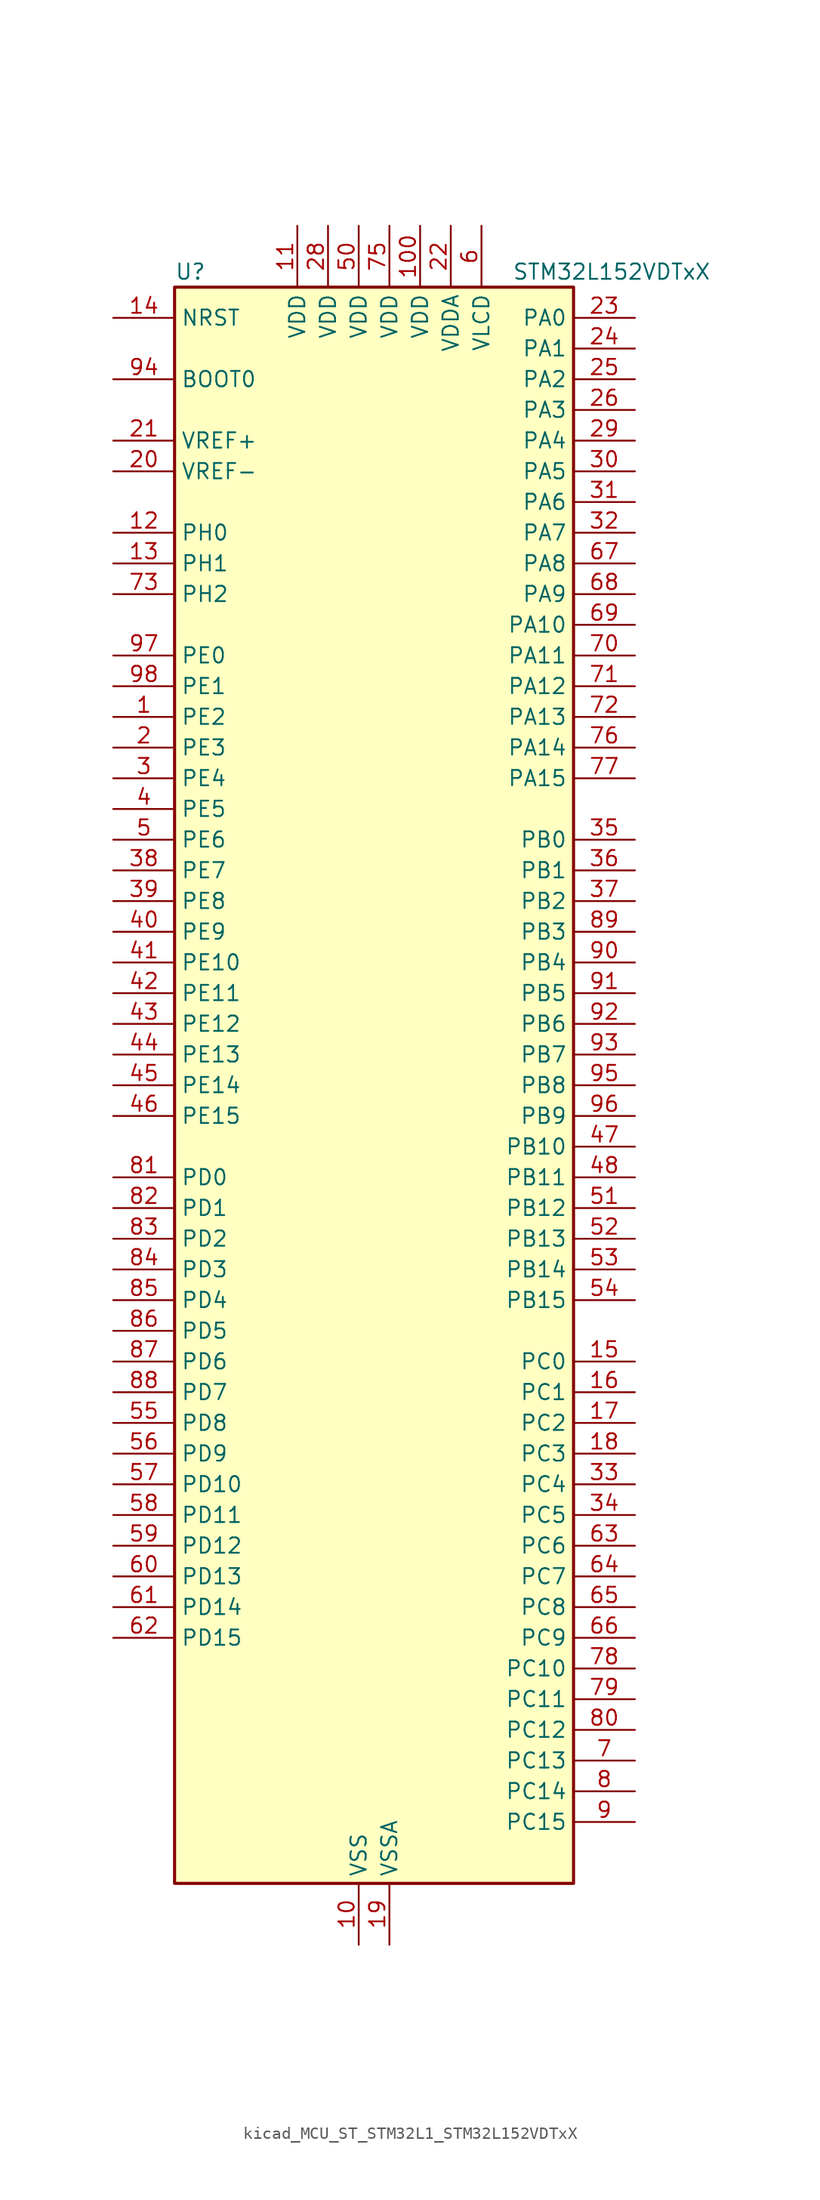
<source format=kicad_sym>
(kicad_symbol_lib
  (version 20220914)
  (generator kicad_symbol_editor)
  (symbol "kicad_MCU_ST_STM32L1_STM32L152VDTxX"
    (property "Reference" "U"
      (at -15.24 67.31 0)
      (effects (font (size 1.27 1.27)) (justify left)))
    (property "Value" "STM32L152VDTxX"
      (at 12.7 67.31 0)
      (effects (font (size 1.27 1.27)) (justify left)))
    (property "ki_locked" ""
      (at 0 0 0)
      (effects (font (size 1.27 1.27))))
    (symbol "kicad_MCU_ST_STM32L1_STM32L152VDTxX_0_1"
      (rectangle (start -15.24 -66.04) (end 17.78 66.04) (stroke (width 0.254) (type default)) (fill (type background))))
    (symbol "kicad_MCU_ST_STM32L1_STM32L152VDTxX_1_1"
      (pin bidirectional line (at -20.32 30.48 0) (length 5.08) (name "PE2" (effects (font (size 1.27 1.27)))) (number "1" (effects (font (size 1.27 1.27)))) (alternate "LCD_SEG38" bidirectional line) (alternate "SYS_TRACECK" bidirectional line) (alternate "TIM3_ETR" bidirectional line) (alternate "TIMX_IC3" bidirectional line))
      (pin power_in line (at 0 -71.12 90) (length 5.08) (name "VSS" (effects (font (size 1.27 1.27)))) (number "10" (effects (font (size 1.27 1.27)))))
      (pin power_in line (at 5.08 71.12 270) (length 5.08) (name "VDD" (effects (font (size 1.27 1.27)))) (number "100" (effects (font (size 1.27 1.27)))))
      (pin power_in line (at -5.08 71.12 270) (length 5.08) (name "VDD" (effects (font (size 1.27 1.27)))) (number "11" (effects (font (size 1.27 1.27)))))
      (pin bidirectional line (at -20.32 45.72 0) (length 5.08) (name "PH0" (effects (font (size 1.27 1.27)))) (number "12" (effects (font (size 1.27 1.27)))) (alternate "RCC_OSC_IN" bidirectional line))
      (pin bidirectional line (at -20.32 43.18 0) (length 5.08) (name "PH1" (effects (font (size 1.27 1.27)))) (number "13" (effects (font (size 1.27 1.27)))) (alternate "RCC_OSC_OUT" bidirectional line))
      (pin input line (at -20.32 63.5 0) (length 5.08) (name "NRST" (effects (font (size 1.27 1.27)))) (number "14" (effects (font (size 1.27 1.27)))))
      (pin bidirectional line (at 22.86 -22.86 180) (length 5.08) (name "PC0" (effects (font (size 1.27 1.27)))) (number "15" (effects (font (size 1.27 1.27)))) (alternate "ADC_IN10" bidirectional line) (alternate "COMP1_INP" bidirectional line) (alternate "LCD_SEG18" bidirectional line) (alternate "TIMX_IC1" bidirectional line) (alternate "TS_G8_IO1" bidirectional line))
      (pin bidirectional line (at 22.86 -25.4 180) (length 5.08) (name "PC1" (effects (font (size 1.27 1.27)))) (number "16" (effects (font (size 1.27 1.27)))) (alternate "ADC_IN11" bidirectional line) (alternate "COMP1_INP" bidirectional line) (alternate "LCD_SEG19" bidirectional line) (alternate "TIMX_IC2" bidirectional line) (alternate "TS_G8_IO2" bidirectional line))
      (pin bidirectional line (at 22.86 -27.94 180) (length 5.08) (name "PC2" (effects (font (size 1.27 1.27)))) (number "17" (effects (font (size 1.27 1.27)))) (alternate "ADC_IN12" bidirectional line) (alternate "COMP1_INP" bidirectional line) (alternate "LCD_SEG20" bidirectional line) (alternate "TIMX_IC3" bidirectional line) (alternate "TS_G8_IO3" bidirectional line))
      (pin bidirectional line (at 22.86 -30.48 180) (length 5.08) (name "PC3" (effects (font (size 1.27 1.27)))) (number "18" (effects (font (size 1.27 1.27)))) (alternate "ADC_IN13" bidirectional line) (alternate "COMP1_INP" bidirectional line) (alternate "LCD_SEG21" bidirectional line) (alternate "TIMX_IC4" bidirectional line) (alternate "TS_G8_IO4" bidirectional line))
      (pin power_in line (at 2.54 -71.12 90) (length 5.08) (name "VSSA" (effects (font (size 1.27 1.27)))) (number "19" (effects (font (size 1.27 1.27)))))
      (pin bidirectional line (at -20.32 27.94 0) (length 5.08) (name "PE3" (effects (font (size 1.27 1.27)))) (number "2" (effects (font (size 1.27 1.27)))) (alternate "LCD_SEG39" bidirectional line) (alternate "SYS_TRACED0" bidirectional line) (alternate "TIM3_CH1" bidirectional line) (alternate "TIMX_IC4" bidirectional line))
      (pin input line (at -20.32 50.8 0) (length 5.08) (name "VREF-" (effects (font (size 1.27 1.27)))) (number "20" (effects (font (size 1.27 1.27)))))
      (pin input line (at -20.32 53.34 0) (length 5.08) (name "VREF+" (effects (font (size 1.27 1.27)))) (number "21" (effects (font (size 1.27 1.27)))))
      (pin power_in line (at 7.62 71.12 270) (length 5.08) (name "VDDA" (effects (font (size 1.27 1.27)))) (number "22" (effects (font (size 1.27 1.27)))))
      (pin bidirectional line (at 22.86 63.5 180) (length 5.08) (name "PA0" (effects (font (size 1.27 1.27)))) (number "23" (effects (font (size 1.27 1.27)))) (alternate "ADC_IN0" bidirectional line) (alternate "COMP1_INP" bidirectional line) (alternate "RTC_TAMP2" bidirectional line) (alternate "SYS_WKUP1" bidirectional line) (alternate "TIM2_CH1" bidirectional line) (alternate "TIM2_ETR" bidirectional line) (alternate "TIM5_CH1" bidirectional line) (alternate "TIMX_IC1" bidirectional line) (alternate "TS_G1_IO1" bidirectional line) (alternate "USART2_CTS" bidirectional line))
      (pin bidirectional line (at 22.86 60.96 180) (length 5.08) (name "PA1" (effects (font (size 1.27 1.27)))) (number "24" (effects (font (size 1.27 1.27)))) (alternate "ADC_IN1" bidirectional line) (alternate "COMP1_INP" bidirectional line) (alternate "LCD_SEG0" bidirectional line) (alternate "OPAMP1_VINP" bidirectional line) (alternate "TIM2_CH2" bidirectional line) (alternate "TIM5_CH2" bidirectional line) (alternate "TIMX_IC2" bidirectional line) (alternate "TS_G1_IO2" bidirectional line) (alternate "USART2_RTS" bidirectional line))
      (pin bidirectional line (at 22.86 58.42 180) (length 5.08) (name "PA2" (effects (font (size 1.27 1.27)))) (number "25" (effects (font (size 1.27 1.27)))) (alternate "ADC_IN2" bidirectional line) (alternate "COMP1_INP" bidirectional line) (alternate "LCD_SEG1" bidirectional line) (alternate "OPAMP1_VINM" bidirectional line) (alternate "TIM2_CH3" bidirectional line) (alternate "TIM5_CH3" bidirectional line) (alternate "TIM9_CH1" bidirectional line) (alternate "TIMX_IC3" bidirectional line) (alternate "TS_G1_IO3" bidirectional line) (alternate "USART2_TX" bidirectional line))
      (pin bidirectional line (at 22.86 55.88 180) (length 5.08) (name "PA3" (effects (font (size 1.27 1.27)))) (number "26" (effects (font (size 1.27 1.27)))) (alternate "ADC_IN3" bidirectional line) (alternate "COMP1_INP" bidirectional line) (alternate "LCD_SEG2" bidirectional line) (alternate "OPAMP1_VOUT" bidirectional line) (alternate "TIM2_CH4" bidirectional line) (alternate "TIM5_CH4" bidirectional line) (alternate "TIM9_CH2" bidirectional line) (alternate "TIMX_IC4" bidirectional line) (alternate "TS_G1_IO4" bidirectional line) (alternate "USART2_RX" bidirectional line))
      (pin passive line (at 0 -71.12 90) (length 5.08) hide (name "VSS" (effects (font (size 1.27 1.27)))) (number "27" (effects (font (size 1.27 1.27)))))
      (pin power_in line (at -2.54 71.12 270) (length 5.08) (name "VDD" (effects (font (size 1.27 1.27)))) (number "28" (effects (font (size 1.27 1.27)))))
      (pin bidirectional line (at 22.86 53.34 180) (length 5.08) (name "PA4" (effects (font (size 1.27 1.27)))) (number "29" (effects (font (size 1.27 1.27)))) (alternate "ADC_IN4" bidirectional line) (alternate "COMP1_INP" bidirectional line) (alternate "DAC_OUT1" bidirectional line) (alternate "I2S3_WS" bidirectional line) (alternate "SPI1_NSS" bidirectional line) (alternate "SPI3_NSS" bidirectional line) (alternate "TIMX_IC1" bidirectional line) (alternate "USART2_CK" bidirectional line))
      (pin bidirectional line (at -20.32 25.4 0) (length 5.08) (name "PE4" (effects (font (size 1.27 1.27)))) (number "3" (effects (font (size 1.27 1.27)))) (alternate "SYS_TRACED1" bidirectional line) (alternate "TIM3_CH2" bidirectional line) (alternate "TIMX_IC1" bidirectional line))
      (pin bidirectional line (at 22.86 50.8 180) (length 5.08) (name "PA5" (effects (font (size 1.27 1.27)))) (number "30" (effects (font (size 1.27 1.27)))) (alternate "ADC_IN5" bidirectional line) (alternate "COMP1_INP" bidirectional line) (alternate "DAC_OUT2" bidirectional line) (alternate "SPI1_SCK" bidirectional line) (alternate "TIM2_CH1" bidirectional line) (alternate "TIM2_ETR" bidirectional line) (alternate "TIMX_IC2" bidirectional line))
      (pin bidirectional line (at 22.86 48.26 180) (length 5.08) (name "PA6" (effects (font (size 1.27 1.27)))) (number "31" (effects (font (size 1.27 1.27)))) (alternate "ADC_IN6" bidirectional line) (alternate "COMP1_INP" bidirectional line) (alternate "LCD_SEG3" bidirectional line) (alternate "OPAMP2_VINP" bidirectional line) (alternate "SPI1_MISO" bidirectional line) (alternate "TIM10_CH1" bidirectional line) (alternate "TIM3_CH1" bidirectional line) (alternate "TIMX_IC3" bidirectional line) (alternate "TS_G2_IO1" bidirectional line))
      (pin bidirectional line (at 22.86 45.72 180) (length 5.08) (name "PA7" (effects (font (size 1.27 1.27)))) (number "32" (effects (font (size 1.27 1.27)))) (alternate "ADC_IN7" bidirectional line) (alternate "COMP1_INP" bidirectional line) (alternate "LCD_SEG4" bidirectional line) (alternate "OPAMP2_VINM" bidirectional line) (alternate "SPI1_MOSI" bidirectional line) (alternate "TIM11_CH1" bidirectional line) (alternate "TIM3_CH2" bidirectional line) (alternate "TIMX_IC4" bidirectional line) (alternate "TS_G2_IO2" bidirectional line))
      (pin bidirectional line (at 22.86 -33.02 180) (length 5.08) (name "PC4" (effects (font (size 1.27 1.27)))) (number "33" (effects (font (size 1.27 1.27)))) (alternate "ADC_IN14" bidirectional line) (alternate "COMP1_INP" bidirectional line) (alternate "LCD_SEG22" bidirectional line) (alternate "TIMX_IC1" bidirectional line) (alternate "TS_G9_IO1" bidirectional line))
      (pin bidirectional line (at 22.86 -35.56 180) (length 5.08) (name "PC5" (effects (font (size 1.27 1.27)))) (number "34" (effects (font (size 1.27 1.27)))) (alternate "ADC_IN15" bidirectional line) (alternate "COMP1_INP" bidirectional line) (alternate "LCD_SEG23" bidirectional line) (alternate "TIMX_IC2" bidirectional line) (alternate "TS_G9_IO2" bidirectional line))
      (pin bidirectional line (at 22.86 20.32 180) (length 5.08) (name "PB0" (effects (font (size 1.27 1.27)))) (number "35" (effects (font (size 1.27 1.27)))) (alternate "ADC_IN8" bidirectional line) (alternate "COMP1_INP" bidirectional line) (alternate "LCD_SEG5" bidirectional line) (alternate "OPAMP2_VOUT" bidirectional line) (alternate "SYS_V_REF_OUT" bidirectional line) (alternate "TIM3_CH3" bidirectional line) (alternate "TS_G3_IO1" bidirectional line))
      (pin bidirectional line (at 22.86 17.78 180) (length 5.08) (name "PB1" (effects (font (size 1.27 1.27)))) (number "36" (effects (font (size 1.27 1.27)))) (alternate "ADC_IN9" bidirectional line) (alternate "COMP1_INP" bidirectional line) (alternate "LCD_SEG6" bidirectional line) (alternate "SYS_V_REF_OUT" bidirectional line) (alternate "TIM3_CH4" bidirectional line) (alternate "TS_G3_IO2" bidirectional line))
      (pin bidirectional line (at 22.86 15.24 180) (length 5.08) (name "PB2" (effects (font (size 1.27 1.27)))) (number "37" (effects (font (size 1.27 1.27)))) (alternate "ADC_IN0b" bidirectional line) (alternate "TS_G3_IO3" bidirectional line))
      (pin bidirectional line (at -20.32 17.78 0) (length 5.08) (name "PE7" (effects (font (size 1.27 1.27)))) (number "38" (effects (font (size 1.27 1.27)))) (alternate "ADC_IN22" bidirectional line) (alternate "COMP1_INP" bidirectional line) (alternate "TIMX_IC4" bidirectional line))
      (pin bidirectional line (at -20.32 15.24 0) (length 5.08) (name "PE8" (effects (font (size 1.27 1.27)))) (number "39" (effects (font (size 1.27 1.27)))) (alternate "ADC_IN23" bidirectional line) (alternate "COMP1_INP" bidirectional line) (alternate "TIMX_IC1" bidirectional line))
      (pin bidirectional line (at -20.32 22.86 0) (length 5.08) (name "PE5" (effects (font (size 1.27 1.27)))) (number "4" (effects (font (size 1.27 1.27)))) (alternate "SYS_TRACED2" bidirectional line) (alternate "TIM9_CH1" bidirectional line) (alternate "TIMX_IC2" bidirectional line))
      (pin bidirectional line (at -20.32 12.7 0) (length 5.08) (name "PE9" (effects (font (size 1.27 1.27)))) (number "40" (effects (font (size 1.27 1.27)))) (alternate "ADC_IN24" bidirectional line) (alternate "COMP1_INP" bidirectional line) (alternate "DAC_EXTI9" bidirectional line) (alternate "TIM2_CH1" bidirectional line) (alternate "TIM2_ETR" bidirectional line) (alternate "TIMX_IC2" bidirectional line))
      (pin bidirectional line (at -20.32 10.16 0) (length 5.08) (name "PE10" (effects (font (size 1.27 1.27)))) (number "41" (effects (font (size 1.27 1.27)))) (alternate "ADC_IN25" bidirectional line) (alternate "COMP1_INP" bidirectional line) (alternate "TIM2_CH2" bidirectional line) (alternate "TIMX_IC3" bidirectional line))
      (pin bidirectional line (at -20.32 7.62 0) (length 5.08) (name "PE11" (effects (font (size 1.27 1.27)))) (number "42" (effects (font (size 1.27 1.27)))) (alternate "ADC_EXTI11" bidirectional line) (alternate "TIM2_CH3" bidirectional line) (alternate "TIMX_IC4" bidirectional line))
      (pin bidirectional line (at -20.32 5.08 0) (length 5.08) (name "PE12" (effects (font (size 1.27 1.27)))) (number "43" (effects (font (size 1.27 1.27)))) (alternate "SPI1_NSS" bidirectional line) (alternate "TIM2_CH4" bidirectional line) (alternate "TIMX_IC1" bidirectional line))
      (pin bidirectional line (at -20.32 2.54 0) (length 5.08) (name "PE13" (effects (font (size 1.27 1.27)))) (number "44" (effects (font (size 1.27 1.27)))) (alternate "SPI1_SCK" bidirectional line) (alternate "TIMX_IC2" bidirectional line))
      (pin bidirectional line (at -20.32 0 0) (length 5.08) (name "PE14" (effects (font (size 1.27 1.27)))) (number "45" (effects (font (size 1.27 1.27)))) (alternate "SPI1_MISO" bidirectional line) (alternate "TIMX_IC3" bidirectional line))
      (pin bidirectional line (at -20.32 -2.54 0) (length 5.08) (name "PE15" (effects (font (size 1.27 1.27)))) (number "46" (effects (font (size 1.27 1.27)))) (alternate "ADC_EXTI15" bidirectional line) (alternate "SPI1_MOSI" bidirectional line) (alternate "TIMX_IC4" bidirectional line))
      (pin bidirectional line (at 22.86 -5.08 180) (length 5.08) (name "PB10" (effects (font (size 1.27 1.27)))) (number "47" (effects (font (size 1.27 1.27)))) (alternate "I2C2_SCL" bidirectional line) (alternate "LCD_SEG10" bidirectional line) (alternate "TIM2_CH3" bidirectional line) (alternate "USART3_TX" bidirectional line))
      (pin bidirectional line (at 22.86 -7.62 180) (length 5.08) (name "PB11" (effects (font (size 1.27 1.27)))) (number "48" (effects (font (size 1.27 1.27)))) (alternate "ADC_EXTI11" bidirectional line) (alternate "I2C2_SDA" bidirectional line) (alternate "LCD_SEG11" bidirectional line) (alternate "TIM2_CH4" bidirectional line) (alternate "USART3_RX" bidirectional line))
      (pin passive line (at 0 -71.12 90) (length 5.08) hide (name "VSS" (effects (font (size 1.27 1.27)))) (number "49" (effects (font (size 1.27 1.27)))))
      (pin bidirectional line (at -20.32 20.32 0) (length 5.08) (name "PE6" (effects (font (size 1.27 1.27)))) (number "5" (effects (font (size 1.27 1.27)))) (alternate "RTC_TAMP3" bidirectional line) (alternate "SYS_TRACED3" bidirectional line) (alternate "SYS_WKUP3" bidirectional line) (alternate "TIM9_CH2" bidirectional line) (alternate "TIMX_IC3" bidirectional line))
      (pin power_in line (at 0 71.12 270) (length 5.08) (name "VDD" (effects (font (size 1.27 1.27)))) (number "50" (effects (font (size 1.27 1.27)))))
      (pin bidirectional line (at 22.86 -10.16 180) (length 5.08) (name "PB12" (effects (font (size 1.27 1.27)))) (number "51" (effects (font (size 1.27 1.27)))) (alternate "ADC_IN18" bidirectional line) (alternate "COMP1_INP" bidirectional line) (alternate "I2C2_SMBA" bidirectional line) (alternate "I2S2_WS" bidirectional line) (alternate "LCD_SEG12" bidirectional line) (alternate "SPI2_NSS" bidirectional line) (alternate "TIM10_CH1" bidirectional line) (alternate "TS_G7_IO1" bidirectional line) (alternate "USART3_CK" bidirectional line))
      (pin bidirectional line (at 22.86 -12.7 180) (length 5.08) (name "PB13" (effects (font (size 1.27 1.27)))) (number "52" (effects (font (size 1.27 1.27)))) (alternate "ADC_IN19" bidirectional line) (alternate "COMP1_INP" bidirectional line) (alternate "I2S2_CK" bidirectional line) (alternate "LCD_SEG13" bidirectional line) (alternate "SPI2_SCK" bidirectional line) (alternate "TIM9_CH1" bidirectional line) (alternate "TS_G7_IO2" bidirectional line) (alternate "USART3_CTS" bidirectional line))
      (pin bidirectional line (at 22.86 -15.24 180) (length 5.08) (name "PB14" (effects (font (size 1.27 1.27)))) (number "53" (effects (font (size 1.27 1.27)))) (alternate "ADC_IN20" bidirectional line) (alternate "COMP1_INP" bidirectional line) (alternate "LCD_SEG14" bidirectional line) (alternate "SPI2_MISO" bidirectional line) (alternate "TIM9_CH2" bidirectional line) (alternate "TS_G7_IO3" bidirectional line) (alternate "USART3_RTS" bidirectional line))
      (pin bidirectional line (at 22.86 -17.78 180) (length 5.08) (name "PB15" (effects (font (size 1.27 1.27)))) (number "54" (effects (font (size 1.27 1.27)))) (alternate "ADC_EXTI15" bidirectional line) (alternate "ADC_IN21" bidirectional line) (alternate "COMP1_INP" bidirectional line) (alternate "I2S2_SD" bidirectional line) (alternate "LCD_SEG15" bidirectional line) (alternate "RTC_REFIN" bidirectional line) (alternate "SPI2_MOSI" bidirectional line) (alternate "TIM11_CH1" bidirectional line) (alternate "TS_G7_IO4" bidirectional line))
      (pin bidirectional line (at -20.32 -27.94 0) (length 5.08) (name "PD8" (effects (font (size 1.27 1.27)))) (number "55" (effects (font (size 1.27 1.27)))) (alternate "LCD_SEG28" bidirectional line) (alternate "TIMX_IC1" bidirectional line) (alternate "USART3_TX" bidirectional line))
      (pin bidirectional line (at -20.32 -30.48 0) (length 5.08) (name "PD9" (effects (font (size 1.27 1.27)))) (number "56" (effects (font (size 1.27 1.27)))) (alternate "DAC_EXTI9" bidirectional line) (alternate "LCD_SEG29" bidirectional line) (alternate "TIMX_IC2" bidirectional line) (alternate "USART3_RX" bidirectional line))
      (pin bidirectional line (at -20.32 -33.02 0) (length 5.08) (name "PD10" (effects (font (size 1.27 1.27)))) (number "57" (effects (font (size 1.27 1.27)))) (alternate "LCD_SEG30" bidirectional line) (alternate "TIMX_IC3" bidirectional line) (alternate "USART3_CK" bidirectional line))
      (pin bidirectional line (at -20.32 -35.56 0) (length 5.08) (name "PD11" (effects (font (size 1.27 1.27)))) (number "58" (effects (font (size 1.27 1.27)))) (alternate "ADC_EXTI11" bidirectional line) (alternate "LCD_SEG31" bidirectional line) (alternate "TIMX_IC4" bidirectional line) (alternate "USART3_CTS" bidirectional line))
      (pin bidirectional line (at -20.32 -38.1 0) (length 5.08) (name "PD12" (effects (font (size 1.27 1.27)))) (number "59" (effects (font (size 1.27 1.27)))) (alternate "LCD_SEG32" bidirectional line) (alternate "TIM4_CH1" bidirectional line) (alternate "TIMX_IC1" bidirectional line) (alternate "USART3_RTS" bidirectional line))
      (pin power_in line (at 10.16 71.12 270) (length 5.08) (name "VLCD" (effects (font (size 1.27 1.27)))) (number "6" (effects (font (size 1.27 1.27)))))
      (pin bidirectional line (at -20.32 -40.64 0) (length 5.08) (name "PD13" (effects (font (size 1.27 1.27)))) (number "60" (effects (font (size 1.27 1.27)))) (alternate "LCD_SEG33" bidirectional line) (alternate "TIM4_CH2" bidirectional line) (alternate "TIMX_IC2" bidirectional line))
      (pin bidirectional line (at -20.32 -43.18 0) (length 5.08) (name "PD14" (effects (font (size 1.27 1.27)))) (number "61" (effects (font (size 1.27 1.27)))) (alternate "LCD_SEG34" bidirectional line) (alternate "TIM4_CH3" bidirectional line) (alternate "TIMX_IC3" bidirectional line))
      (pin bidirectional line (at -20.32 -45.72 0) (length 5.08) (name "PD15" (effects (font (size 1.27 1.27)))) (number "62" (effects (font (size 1.27 1.27)))) (alternate "ADC_EXTI15" bidirectional line) (alternate "LCD_SEG35" bidirectional line) (alternate "TIM4_CH4" bidirectional line) (alternate "TIMX_IC4" bidirectional line))
      (pin bidirectional line (at 22.86 -38.1 180) (length 5.08) (name "PC6" (effects (font (size 1.27 1.27)))) (number "63" (effects (font (size 1.27 1.27)))) (alternate "I2S2_MCK" bidirectional line) (alternate "LCD_SEG24" bidirectional line) (alternate "TIM3_CH1" bidirectional line) (alternate "TIMX_IC3" bidirectional line) (alternate "TS_G10_IO1" bidirectional line))
      (pin bidirectional line (at 22.86 -40.64 180) (length 5.08) (name "PC7" (effects (font (size 1.27 1.27)))) (number "64" (effects (font (size 1.27 1.27)))) (alternate "I2S3_MCK" bidirectional line) (alternate "LCD_SEG25" bidirectional line) (alternate "TIM3_CH2" bidirectional line) (alternate "TIMX_IC4" bidirectional line) (alternate "TS_G10_IO2" bidirectional line))
      (pin bidirectional line (at 22.86 -43.18 180) (length 5.08) (name "PC8" (effects (font (size 1.27 1.27)))) (number "65" (effects (font (size 1.27 1.27)))) (alternate "LCD_SEG26" bidirectional line) (alternate "TIM3_CH3" bidirectional line) (alternate "TIMX_IC1" bidirectional line) (alternate "TS_G10_IO3" bidirectional line))
      (pin bidirectional line (at 22.86 -45.72 180) (length 5.08) (name "PC9" (effects (font (size 1.27 1.27)))) (number "66" (effects (font (size 1.27 1.27)))) (alternate "DAC_EXTI9" bidirectional line) (alternate "LCD_SEG27" bidirectional line) (alternate "TIM3_CH4" bidirectional line) (alternate "TIMX_IC2" bidirectional line) (alternate "TS_G10_IO4" bidirectional line))
      (pin bidirectional line (at 22.86 43.18 180) (length 5.08) (name "PA8" (effects (font (size 1.27 1.27)))) (number "67" (effects (font (size 1.27 1.27)))) (alternate "LCD_COM0" bidirectional line) (alternate "RCC_MCO" bidirectional line) (alternate "TIMX_IC1" bidirectional line) (alternate "TS_G4_IO1" bidirectional line) (alternate "USART1_CK" bidirectional line))
      (pin bidirectional line (at 22.86 40.64 180) (length 5.08) (name "PA9" (effects (font (size 1.27 1.27)))) (number "68" (effects (font (size 1.27 1.27)))) (alternate "DAC_EXTI9" bidirectional line) (alternate "LCD_COM1" bidirectional line) (alternate "TIMX_IC2" bidirectional line) (alternate "TS_G4_IO2" bidirectional line) (alternate "USART1_TX" bidirectional line))
      (pin bidirectional line (at 22.86 38.1 180) (length 5.08) (name "PA10" (effects (font (size 1.27 1.27)))) (number "69" (effects (font (size 1.27 1.27)))) (alternate "LCD_COM2" bidirectional line) (alternate "TIMX_IC3" bidirectional line) (alternate "TS_G4_IO3" bidirectional line) (alternate "USART1_RX" bidirectional line))
      (pin bidirectional line (at 22.86 -55.88 180) (length 5.08) (name "PC13" (effects (font (size 1.27 1.27)))) (number "7" (effects (font (size 1.27 1.27)))) (alternate "RTC_OUT_ALARM" bidirectional line) (alternate "RTC_OUT_CALIB" bidirectional line) (alternate "RTC_TAMP1" bidirectional line) (alternate "RTC_TS" bidirectional line) (alternate "SYS_WKUP2" bidirectional line) (alternate "TIMX_IC2" bidirectional line))
      (pin bidirectional line (at 22.86 35.56 180) (length 5.08) (name "PA11" (effects (font (size 1.27 1.27)))) (number "70" (effects (font (size 1.27 1.27)))) (alternate "ADC_EXTI11" bidirectional line) (alternate "SPI1_MISO" bidirectional line) (alternate "TIMX_IC4" bidirectional line) (alternate "USART1_CTS" bidirectional line) (alternate "USB_DM" bidirectional line))
      (pin bidirectional line (at 22.86 33.02 180) (length 5.08) (name "PA12" (effects (font (size 1.27 1.27)))) (number "71" (effects (font (size 1.27 1.27)))) (alternate "SPI1_MOSI" bidirectional line) (alternate "TIMX_IC1" bidirectional line) (alternate "USART1_RTS" bidirectional line) (alternate "USB_DP" bidirectional line))
      (pin bidirectional line (at 22.86 30.48 180) (length 5.08) (name "PA13" (effects (font (size 1.27 1.27)))) (number "72" (effects (font (size 1.27 1.27)))) (alternate "SYS_JTMS-SWDIO" bidirectional line) (alternate "TIMX_IC2" bidirectional line) (alternate "TS_G5_IO1" bidirectional line))
      (pin bidirectional line (at -20.32 40.64 0) (length 5.08) (name "PH2" (effects (font (size 1.27 1.27)))) (number "73" (effects (font (size 1.27 1.27)))))
      (pin passive line (at 0 -71.12 90) (length 5.08) hide (name "VSS" (effects (font (size 1.27 1.27)))) (number "74" (effects (font (size 1.27 1.27)))))
      (pin power_in line (at 2.54 71.12 270) (length 5.08) (name "VDD" (effects (font (size 1.27 1.27)))) (number "75" (effects (font (size 1.27 1.27)))))
      (pin bidirectional line (at 22.86 27.94 180) (length 5.08) (name "PA14" (effects (font (size 1.27 1.27)))) (number "76" (effects (font (size 1.27 1.27)))) (alternate "SYS_JTCK-SWCLK" bidirectional line) (alternate "TIMX_IC3" bidirectional line) (alternate "TS_G5_IO2" bidirectional line))
      (pin bidirectional line (at 22.86 25.4 180) (length 5.08) (name "PA15" (effects (font (size 1.27 1.27)))) (number "77" (effects (font (size 1.27 1.27)))) (alternate "ADC_EXTI15" bidirectional line) (alternate "I2S3_WS" bidirectional line) (alternate "LCD_SEG17" bidirectional line) (alternate "SPI1_NSS" bidirectional line) (alternate "SPI3_NSS" bidirectional line) (alternate "SYS_JTDI" bidirectional line) (alternate "TIM2_CH1" bidirectional line) (alternate "TIM2_ETR" bidirectional line) (alternate "TIMX_IC4" bidirectional line) (alternate "TS_G5_IO3" bidirectional line))
      (pin bidirectional line (at 22.86 -48.26 180) (length 5.08) (name "PC10" (effects (font (size 1.27 1.27)))) (number "78" (effects (font (size 1.27 1.27)))) (alternate "I2S3_CK" bidirectional line) (alternate "LCD_COM4" bidirectional line) (alternate "LCD_SEG28" bidirectional line) (alternate "LCD_SEG40" bidirectional line) (alternate "SPI3_SCK" bidirectional line) (alternate "TIMX_IC3" bidirectional line) (alternate "UART4_TX" bidirectional line) (alternate "USART3_TX" bidirectional line))
      (pin bidirectional line (at 22.86 -50.8 180) (length 5.08) (name "PC11" (effects (font (size 1.27 1.27)))) (number "79" (effects (font (size 1.27 1.27)))) (alternate "ADC_EXTI11" bidirectional line) (alternate "LCD_COM5" bidirectional line) (alternate "LCD_SEG29" bidirectional line) (alternate "LCD_SEG41" bidirectional line) (alternate "SPI3_MISO" bidirectional line) (alternate "TIMX_IC4" bidirectional line) (alternate "UART4_RX" bidirectional line) (alternate "USART3_RX" bidirectional line))
      (pin bidirectional line (at 22.86 -58.42 180) (length 5.08) (name "PC14" (effects (font (size 1.27 1.27)))) (number "8" (effects (font (size 1.27 1.27)))) (alternate "RCC_OSC32_IN" bidirectional line) (alternate "TIMX_IC3" bidirectional line))
      (pin bidirectional line (at 22.86 -53.34 180) (length 5.08) (name "PC12" (effects (font (size 1.27 1.27)))) (number "80" (effects (font (size 1.27 1.27)))) (alternate "I2S3_SD" bidirectional line) (alternate "LCD_COM6" bidirectional line) (alternate "LCD_SEG30" bidirectional line) (alternate "LCD_SEG42" bidirectional line) (alternate "SPI3_MOSI" bidirectional line) (alternate "TIMX_IC1" bidirectional line) (alternate "UART5_TX" bidirectional line) (alternate "USART3_CK" bidirectional line))
      (pin bidirectional line (at -20.32 -7.62 0) (length 5.08) (name "PD0" (effects (font (size 1.27 1.27)))) (number "81" (effects (font (size 1.27 1.27)))) (alternate "I2S2_WS" bidirectional line) (alternate "SPI2_NSS" bidirectional line) (alternate "TIM9_CH1" bidirectional line) (alternate "TIMX_IC1" bidirectional line))
      (pin bidirectional line (at -20.32 -10.16 0) (length 5.08) (name "PD1" (effects (font (size 1.27 1.27)))) (number "82" (effects (font (size 1.27 1.27)))) (alternate "I2S2_CK" bidirectional line) (alternate "SPI2_SCK" bidirectional line) (alternate "TIMX_IC2" bidirectional line))
      (pin bidirectional line (at -20.32 -12.7 0) (length 5.08) (name "PD2" (effects (font (size 1.27 1.27)))) (number "83" (effects (font (size 1.27 1.27)))) (alternate "LCD_COM7" bidirectional line) (alternate "LCD_SEG31" bidirectional line) (alternate "LCD_SEG43" bidirectional line) (alternate "TIM3_ETR" bidirectional line) (alternate "TIMX_IC3" bidirectional line) (alternate "UART5_RX" bidirectional line))
      (pin bidirectional line (at -20.32 -15.24 0) (length 5.08) (name "PD3" (effects (font (size 1.27 1.27)))) (number "84" (effects (font (size 1.27 1.27)))) (alternate "SPI2_MISO" bidirectional line) (alternate "TIMX_IC4" bidirectional line) (alternate "USART2_CTS" bidirectional line))
      (pin bidirectional line (at -20.32 -17.78 0) (length 5.08) (name "PD4" (effects (font (size 1.27 1.27)))) (number "85" (effects (font (size 1.27 1.27)))) (alternate "I2S2_SD" bidirectional line) (alternate "SPI2_MOSI" bidirectional line) (alternate "TIMX_IC1" bidirectional line) (alternate "USART2_RTS" bidirectional line))
      (pin bidirectional line (at -20.32 -20.32 0) (length 5.08) (name "PD5" (effects (font (size 1.27 1.27)))) (number "86" (effects (font (size 1.27 1.27)))) (alternate "TIMX_IC2" bidirectional line) (alternate "USART2_TX" bidirectional line))
      (pin bidirectional line (at -20.32 -22.86 0) (length 5.08) (name "PD6" (effects (font (size 1.27 1.27)))) (number "87" (effects (font (size 1.27 1.27)))) (alternate "TIMX_IC3" bidirectional line) (alternate "USART2_RX" bidirectional line))
      (pin bidirectional line (at -20.32 -25.4 0) (length 5.08) (name "PD7" (effects (font (size 1.27 1.27)))) (number "88" (effects (font (size 1.27 1.27)))) (alternate "TIM9_CH2" bidirectional line) (alternate "TIMX_IC4" bidirectional line) (alternate "USART2_CK" bidirectional line))
      (pin bidirectional line (at 22.86 12.7 180) (length 5.08) (name "PB3" (effects (font (size 1.27 1.27)))) (number "89" (effects (font (size 1.27 1.27)))) (alternate "COMP2_INM" bidirectional line) (alternate "I2S3_CK" bidirectional line) (alternate "LCD_SEG7" bidirectional line) (alternate "SPI1_SCK" bidirectional line) (alternate "SPI3_SCK" bidirectional line) (alternate "SYS_JTDO-TRACESWO" bidirectional line) (alternate "TIM2_CH2" bidirectional line))
      (pin bidirectional line (at 22.86 -60.96 180) (length 5.08) (name "PC15" (effects (font (size 1.27 1.27)))) (number "9" (effects (font (size 1.27 1.27)))) (alternate "ADC_EXTI15" bidirectional line) (alternate "RCC_OSC32_OUT" bidirectional line) (alternate "TIMX_IC4" bidirectional line))
      (pin bidirectional line (at 22.86 10.16 180) (length 5.08) (name "PB4" (effects (font (size 1.27 1.27)))) (number "90" (effects (font (size 1.27 1.27)))) (alternate "COMP2_INP" bidirectional line) (alternate "LCD_SEG8" bidirectional line) (alternate "SPI1_MISO" bidirectional line) (alternate "SPI3_MISO" bidirectional line) (alternate "SYS_JTRST" bidirectional line) (alternate "TIM3_CH1" bidirectional line) (alternate "TS_G6_IO1" bidirectional line))
      (pin bidirectional line (at 22.86 7.62 180) (length 5.08) (name "PB5" (effects (font (size 1.27 1.27)))) (number "91" (effects (font (size 1.27 1.27)))) (alternate "COMP2_INP" bidirectional line) (alternate "I2C1_SMBA" bidirectional line) (alternate "I2S3_SD" bidirectional line) (alternate "LCD_SEG9" bidirectional line) (alternate "SPI1_MOSI" bidirectional line) (alternate "SPI3_MOSI" bidirectional line) (alternate "TIM3_CH2" bidirectional line) (alternate "TS_G6_IO2" bidirectional line))
      (pin bidirectional line (at 22.86 5.08 180) (length 5.08) (name "PB6" (effects (font (size 1.27 1.27)))) (number "92" (effects (font (size 1.27 1.27)))) (alternate "COMP2_INP" bidirectional line) (alternate "I2C1_SCL" bidirectional line) (alternate "TIM4_CH1" bidirectional line) (alternate "TS_G6_IO3" bidirectional line) (alternate "USART1_TX" bidirectional line))
      (pin bidirectional line (at 22.86 2.54 180) (length 5.08) (name "PB7" (effects (font (size 1.27 1.27)))) (number "93" (effects (font (size 1.27 1.27)))) (alternate "COMP2_INP" bidirectional line) (alternate "I2C1_SDA" bidirectional line) (alternate "SYS_PVD_IN" bidirectional line) (alternate "TIM4_CH2" bidirectional line) (alternate "TS_G6_IO4" bidirectional line) (alternate "USART1_RX" bidirectional line))
      (pin input line (at -20.32 58.42 0) (length 5.08) (name "BOOT0" (effects (font (size 1.27 1.27)))) (number "94" (effects (font (size 1.27 1.27)))))
      (pin bidirectional line (at 22.86 0 180) (length 5.08) (name "PB8" (effects (font (size 1.27 1.27)))) (number "95" (effects (font (size 1.27 1.27)))) (alternate "I2C1_SCL" bidirectional line) (alternate "LCD_SEG16" bidirectional line) (alternate "TIM10_CH1" bidirectional line) (alternate "TIM4_CH3" bidirectional line))
      (pin bidirectional line (at 22.86 -2.54 180) (length 5.08) (name "PB9" (effects (font (size 1.27 1.27)))) (number "96" (effects (font (size 1.27 1.27)))) (alternate "DAC_EXTI9" bidirectional line) (alternate "I2C1_SDA" bidirectional line) (alternate "LCD_COM3" bidirectional line) (alternate "TIM11_CH1" bidirectional line) (alternate "TIM4_CH4" bidirectional line))
      (pin bidirectional line (at -20.32 35.56 0) (length 5.08) (name "PE0" (effects (font (size 1.27 1.27)))) (number "97" (effects (font (size 1.27 1.27)))) (alternate "LCD_SEG36" bidirectional line) (alternate "TIM10_CH1" bidirectional line) (alternate "TIM4_ETR" bidirectional line) (alternate "TIMX_IC1" bidirectional line))
      (pin bidirectional line (at -20.32 33.02 0) (length 5.08) (name "PE1" (effects (font (size 1.27 1.27)))) (number "98" (effects (font (size 1.27 1.27)))) (alternate "LCD_SEG37" bidirectional line) (alternate "TIM11_CH1" bidirectional line) (alternate "TIMX_IC2" bidirectional line))
      (pin passive line (at 0 -71.12 90) (length 5.08) hide (name "VSS" (effects (font (size 1.27 1.27)))) (number "99" (effects (font (size 1.27 1.27))))))))
</source>
